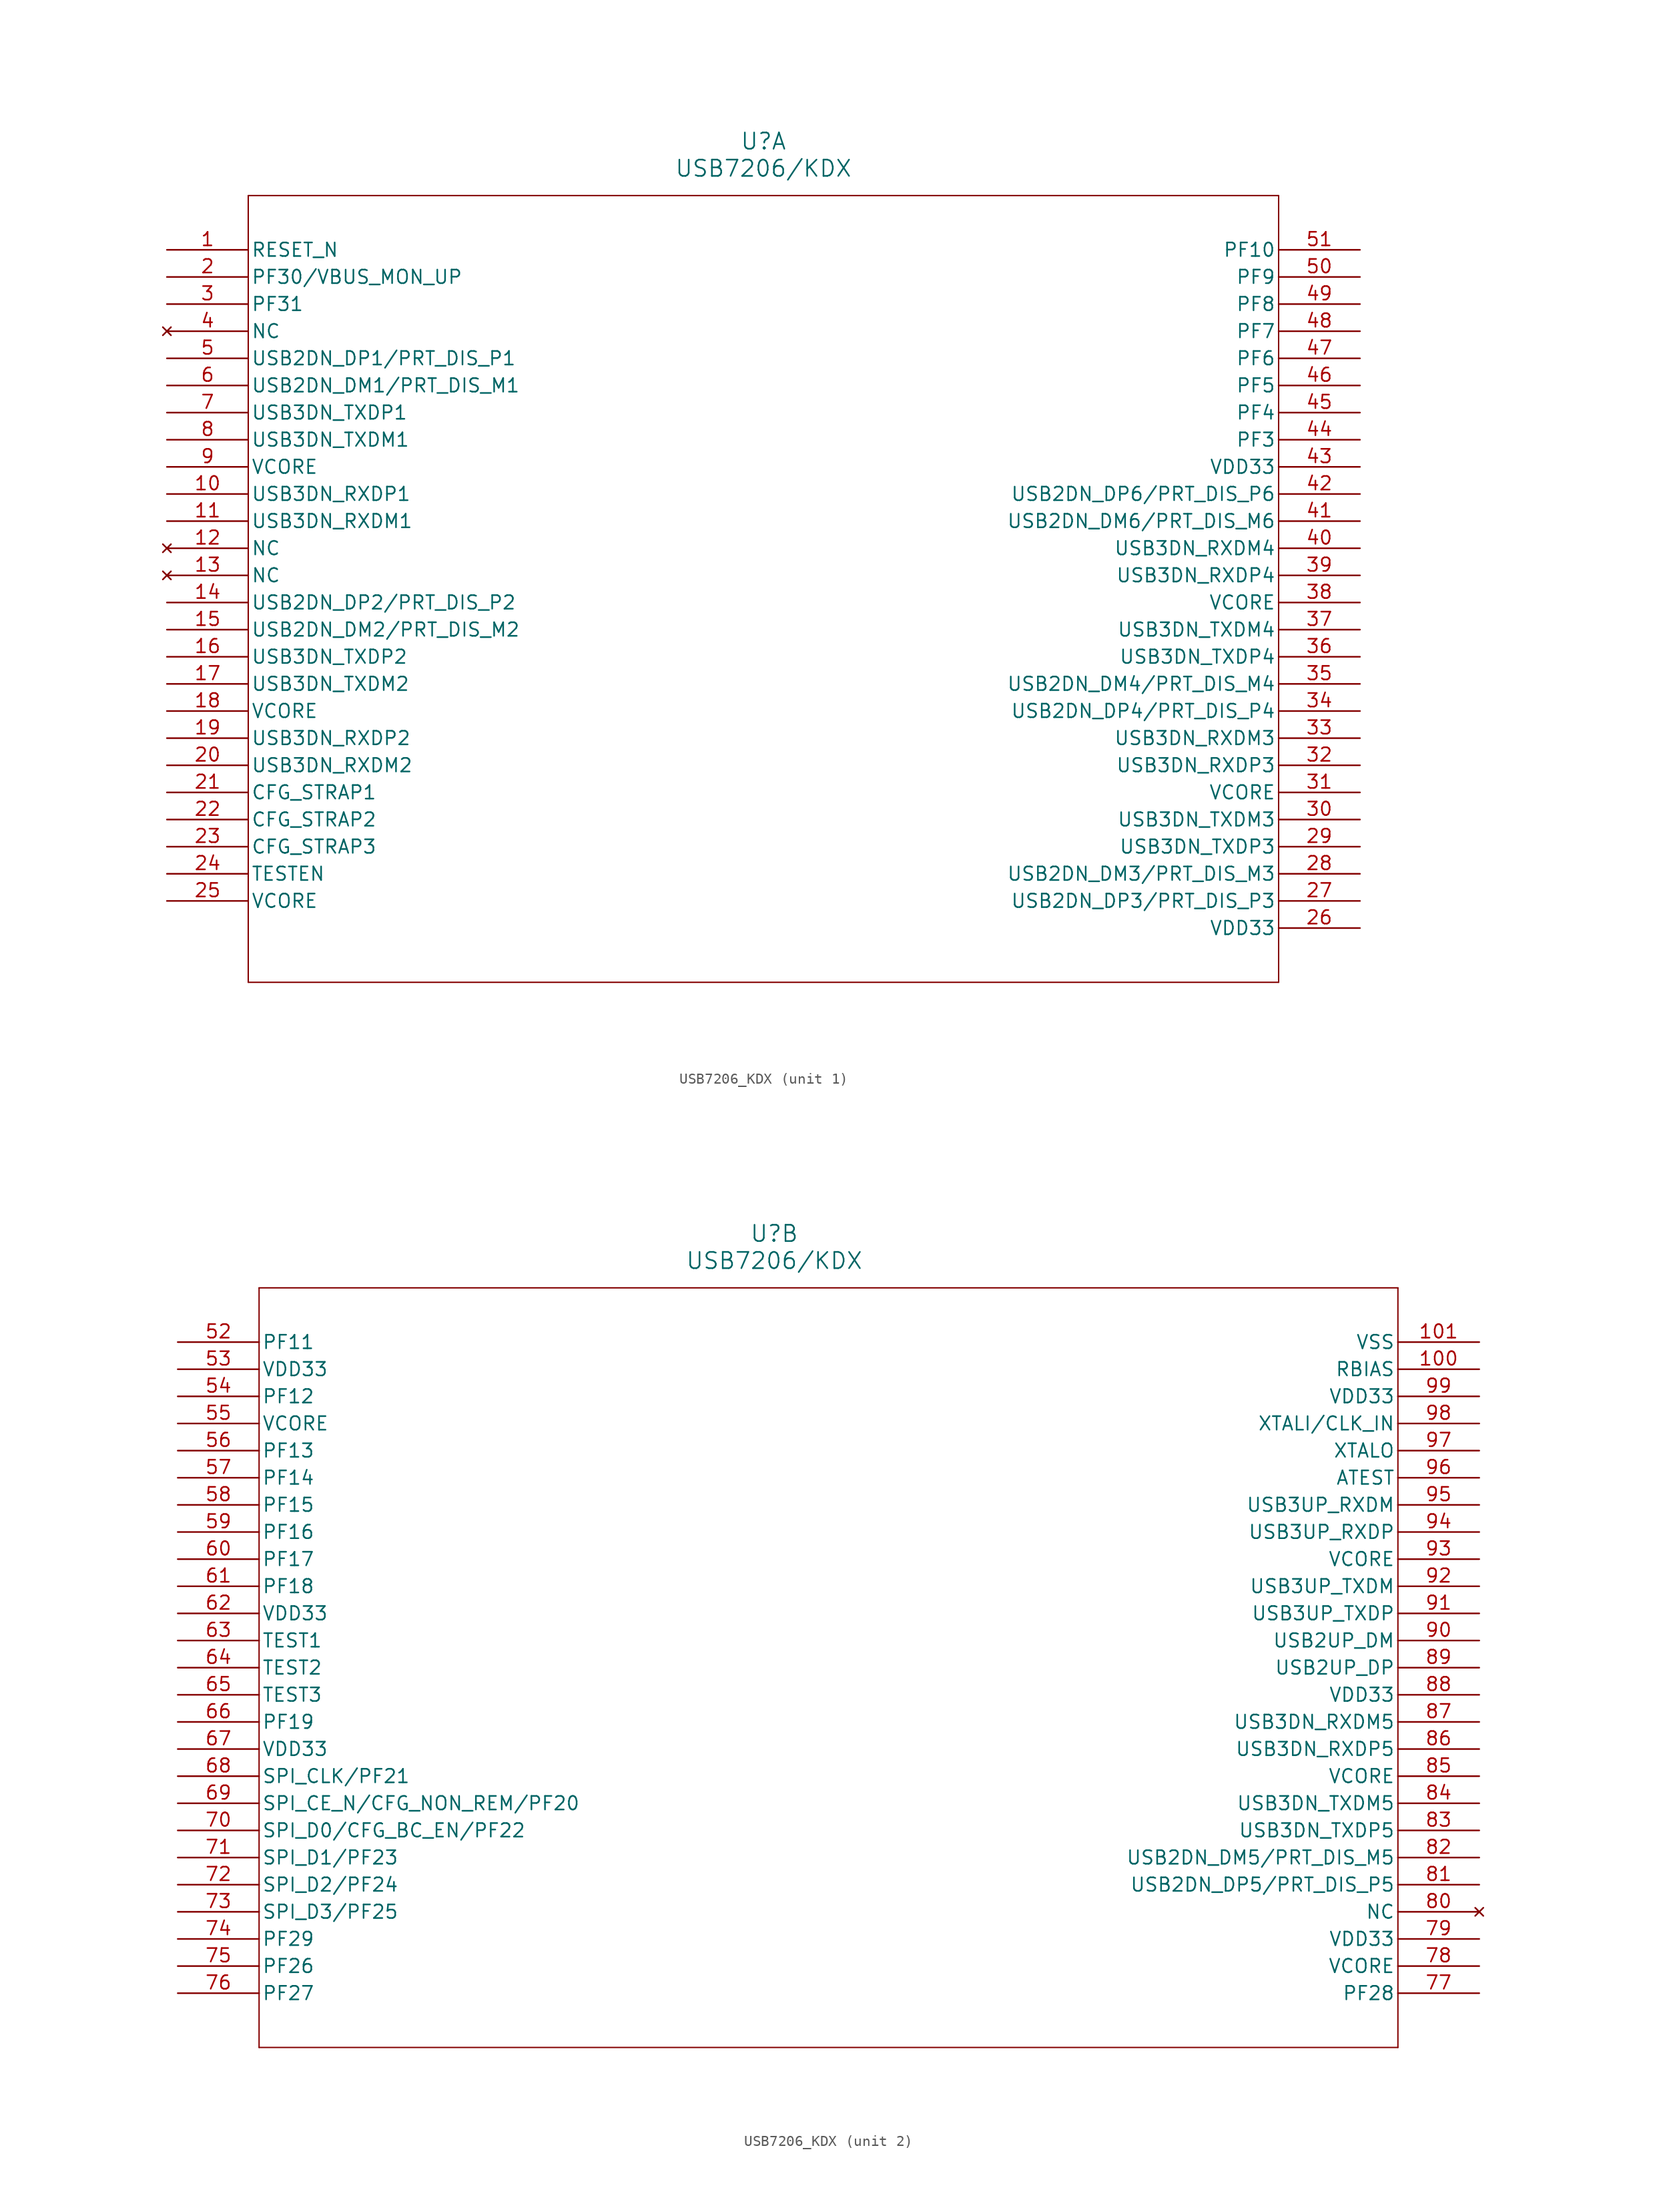
<source format=kicad_sym>
(kicad_symbol_lib
  (version 20211014)
  (generator kicad_symbol_editor)
  (symbol "USB7206_KDX"
    (pin_names
      (offset 0.254))
    (property "Reference" "U"
      (at 55.88 10.16 0)
      (effects (font (size 1.524 1.524))))
    (property "Value" "USB7206/KDX"
      (at 55.88 7.62 0)
      (effects (font (size 1.524 1.524))))
    (symbol "USB7206_KDX_1_1"
      (polyline (pts (xy 7.62 5.08) (xy 7.62 -68.58)) (stroke (width 0.127) (type default) (color 0 0 0 0)) (fill (type none)))
      (polyline (pts (xy 7.62 -68.58) (xy 104.14 -68.58)) (stroke (width 0.127) (type default) (color 0 0 0 0)) (fill (type none)))
      (polyline (pts (xy 104.14 -68.58) (xy 104.14 5.08)) (stroke (width 0.127) (type default) (color 0 0 0 0)) (fill (type none)))
      (polyline (pts (xy 104.14 5.08) (xy 7.62 5.08)) (stroke (width 0.127) (type default) (color 0 0 0 0)) (fill (type none)))
      (pin input line (at 0 0 0) (length 7.62) (name "RESET_N" (effects (font (size 1.27 1.27)))) (number "1" (effects (font (size 1.27 1.27)))))
      (pin bidirectional line (at 0 -2.54 0) (length 7.62) (name "PF30/VBUS_MON_UP" (effects (font (size 1.27 1.27)))) (number "2" (effects (font (size 1.27 1.27)))))
      (pin bidirectional line (at 0 -5.08 0) (length 7.62) (name "PF31" (effects (font (size 1.27 1.27)))) (number "3" (effects (font (size 1.27 1.27)))))
      (pin no_connect line (at 0 -7.62 0) (length 7.62) (name "NC" (effects (font (size 1.27 1.27)))) (number "4" (effects (font (size 1.27 1.27)))))
      (pin bidirectional line (at 0 -10.16 0) (length 7.62) (name "USB2DN_DP1/PRT_DIS_P1" (effects (font (size 1.27 1.27)))) (number "5" (effects (font (size 1.27 1.27)))))
      (pin bidirectional line (at 0 -12.7 0) (length 7.62) (name "USB2DN_DM1/PRT_DIS_M1" (effects (font (size 1.27 1.27)))) (number "6" (effects (font (size 1.27 1.27)))))
      (pin bidirectional line (at 0 -15.24 0) (length 7.62) (name "USB3DN_TXDP1" (effects (font (size 1.27 1.27)))) (number "7" (effects (font (size 1.27 1.27)))))
      (pin bidirectional line (at 0 -17.78 0) (length 7.62) (name "USB3DN_TXDM1" (effects (font (size 1.27 1.27)))) (number "8" (effects (font (size 1.27 1.27)))))
      (pin power_in line (at 0 -20.32 0) (length 7.62) (name "VCORE" (effects (font (size 1.27 1.27)))) (number "9" (effects (font (size 1.27 1.27)))))
      (pin bidirectional line (at 0 -22.86 0) (length 7.62) (name "USB3DN_RXDP1" (effects (font (size 1.27 1.27)))) (number "10" (effects (font (size 1.27 1.27)))))
      (pin bidirectional line (at 0 -25.4 0) (length 7.62) (name "USB3DN_RXDM1" (effects (font (size 1.27 1.27)))) (number "11" (effects (font (size 1.27 1.27)))))
      (pin no_connect line (at 0 -27.94 0) (length 7.62) (name "NC" (effects (font (size 1.27 1.27)))) (number "12" (effects (font (size 1.27 1.27)))))
      (pin no_connect line (at 0 -30.48 0) (length 7.62) (name "NC" (effects (font (size 1.27 1.27)))) (number "13" (effects (font (size 1.27 1.27)))))
      (pin bidirectional line (at 0 -33.02 0) (length 7.62) (name "USB2DN_DP2/PRT_DIS_P2" (effects (font (size 1.27 1.27)))) (number "14" (effects (font (size 1.27 1.27)))))
      (pin bidirectional line (at 0 -35.56 0) (length 7.62) (name "USB2DN_DM2/PRT_DIS_M2" (effects (font (size 1.27 1.27)))) (number "15" (effects (font (size 1.27 1.27)))))
      (pin bidirectional line (at 0 -38.1 0) (length 7.62) (name "USB3DN_TXDP2" (effects (font (size 1.27 1.27)))) (number "16" (effects (font (size 1.27 1.27)))))
      (pin bidirectional line (at 0 -40.64 0) (length 7.62) (name "USB3DN_TXDM2" (effects (font (size 1.27 1.27)))) (number "17" (effects (font (size 1.27 1.27)))))
      (pin power_in line (at 0 -43.18 0) (length 7.62) (name "VCORE" (effects (font (size 1.27 1.27)))) (number "18" (effects (font (size 1.27 1.27)))))
      (pin bidirectional line (at 0 -45.72 0) (length 7.62) (name "USB3DN_RXDP2" (effects (font (size 1.27 1.27)))) (number "19" (effects (font (size 1.27 1.27)))))
      (pin bidirectional line (at 0 -48.26 0) (length 7.62) (name "USB3DN_RXDM2" (effects (font (size 1.27 1.27)))) (number "20" (effects (font (size 1.27 1.27)))))
      (pin bidirectional line (at 0 -50.8 0) (length 7.62) (name "CFG_STRAP1" (effects (font (size 1.27 1.27)))) (number "21" (effects (font (size 1.27 1.27)))))
      (pin bidirectional line (at 0 -53.34 0) (length 7.62) (name "CFG_STRAP2" (effects (font (size 1.27 1.27)))) (number "22" (effects (font (size 1.27 1.27)))))
      (pin bidirectional line (at 0 -55.88 0) (length 7.62) (name "CFG_STRAP3" (effects (font (size 1.27 1.27)))) (number "23" (effects (font (size 1.27 1.27)))))
      (pin bidirectional line (at 0 -58.42 0) (length 7.62) (name "TESTEN" (effects (font (size 1.27 1.27)))) (number "24" (effects (font (size 1.27 1.27)))))
      (pin power_in line (at 0 -60.96 0) (length 7.62) (name "VCORE" (effects (font (size 1.27 1.27)))) (number "25" (effects (font (size 1.27 1.27)))))
      (pin power_in line (at 111.76 -63.5 180) (length 7.62) (name "VDD33" (effects (font (size 1.27 1.27)))) (number "26" (effects (font (size 1.27 1.27)))))
      (pin bidirectional line (at 111.76 -60.96 180) (length 7.62) (name "USB2DN_DP3/PRT_DIS_P3" (effects (font (size 1.27 1.27)))) (number "27" (effects (font (size 1.27 1.27)))))
      (pin bidirectional line (at 111.76 -58.42 180) (length 7.62) (name "USB2DN_DM3/PRT_DIS_M3" (effects (font (size 1.27 1.27)))) (number "28" (effects (font (size 1.27 1.27)))))
      (pin bidirectional line (at 111.76 -55.88 180) (length 7.62) (name "USB3DN_TXDP3" (effects (font (size 1.27 1.27)))) (number "29" (effects (font (size 1.27 1.27)))))
      (pin bidirectional line (at 111.76 -53.34 180) (length 7.62) (name "USB3DN_TXDM3" (effects (font (size 1.27 1.27)))) (number "30" (effects (font (size 1.27 1.27)))))
      (pin power_in line (at 111.76 -50.8 180) (length 7.62) (name "VCORE" (effects (font (size 1.27 1.27)))) (number "31" (effects (font (size 1.27 1.27)))))
      (pin bidirectional line (at 111.76 -48.26 180) (length 7.62) (name "USB3DN_RXDP3" (effects (font (size 1.27 1.27)))) (number "32" (effects (font (size 1.27 1.27)))))
      (pin bidirectional line (at 111.76 -45.72 180) (length 7.62) (name "USB3DN_RXDM3" (effects (font (size 1.27 1.27)))) (number "33" (effects (font (size 1.27 1.27)))))
      (pin bidirectional line (at 111.76 -43.18 180) (length 7.62) (name "USB2DN_DP4/PRT_DIS_P4" (effects (font (size 1.27 1.27)))) (number "34" (effects (font (size 1.27 1.27)))))
      (pin bidirectional line (at 111.76 -40.64 180) (length 7.62) (name "USB2DN_DM4/PRT_DIS_M4" (effects (font (size 1.27 1.27)))) (number "35" (effects (font (size 1.27 1.27)))))
      (pin bidirectional line (at 111.76 -38.1 180) (length 7.62) (name "USB3DN_TXDP4" (effects (font (size 1.27 1.27)))) (number "36" (effects (font (size 1.27 1.27)))))
      (pin bidirectional line (at 111.76 -35.56 180) (length 7.62) (name "USB3DN_TXDM4" (effects (font (size 1.27 1.27)))) (number "37" (effects (font (size 1.27 1.27)))))
      (pin power_in line (at 111.76 -33.02 180) (length 7.62) (name "VCORE" (effects (font (size 1.27 1.27)))) (number "38" (effects (font (size 1.27 1.27)))))
      (pin bidirectional line (at 111.76 -30.48 180) (length 7.62) (name "USB3DN_RXDP4" (effects (font (size 1.27 1.27)))) (number "39" (effects (font (size 1.27 1.27)))))
      (pin bidirectional line (at 111.76 -27.94 180) (length 7.62) (name "USB3DN_RXDM4" (effects (font (size 1.27 1.27)))) (number "40" (effects (font (size 1.27 1.27)))))
      (pin bidirectional line (at 111.76 -25.4 180) (length 7.62) (name "USB2DN_DM6/PRT_DIS_M6" (effects (font (size 1.27 1.27)))) (number "41" (effects (font (size 1.27 1.27)))))
      (pin bidirectional line (at 111.76 -22.86 180) (length 7.62) (name "USB2DN_DP6/PRT_DIS_P6" (effects (font (size 1.27 1.27)))) (number "42" (effects (font (size 1.27 1.27)))))
      (pin power_in line (at 111.76 -20.32 180) (length 7.62) (name "VDD33" (effects (font (size 1.27 1.27)))) (number "43" (effects (font (size 1.27 1.27)))))
      (pin bidirectional line (at 111.76 -17.78 180) (length 7.62) (name "PF3" (effects (font (size 1.27 1.27)))) (number "44" (effects (font (size 1.27 1.27)))))
      (pin bidirectional line (at 111.76 -15.24 180) (length 7.62) (name "PF4" (effects (font (size 1.27 1.27)))) (number "45" (effects (font (size 1.27 1.27)))))
      (pin bidirectional line (at 111.76 -12.7 180) (length 7.62) (name "PF5" (effects (font (size 1.27 1.27)))) (number "46" (effects (font (size 1.27 1.27)))))
      (pin bidirectional line (at 111.76 -10.16 180) (length 7.62) (name "PF6" (effects (font (size 1.27 1.27)))) (number "47" (effects (font (size 1.27 1.27)))))
      (pin bidirectional line (at 111.76 -7.62 180) (length 7.62) (name "PF7" (effects (font (size 1.27 1.27)))) (number "48" (effects (font (size 1.27 1.27)))))
      (pin bidirectional line (at 111.76 -5.08 180) (length 7.62) (name "PF8" (effects (font (size 1.27 1.27)))) (number "49" (effects (font (size 1.27 1.27)))))
      (pin bidirectional line (at 111.76 -2.54 180) (length 7.62) (name "PF9" (effects (font (size 1.27 1.27)))) (number "50" (effects (font (size 1.27 1.27)))))
      (pin bidirectional line (at 111.76 0 180) (length 7.62) (name "PF10" (effects (font (size 1.27 1.27)))) (number "51" (effects (font (size 1.27 1.27))))))
    (symbol "USB7206_KDX_2_1"
      (polyline (pts (xy 7.62 5.08) (xy 7.62 -66.04)) (stroke (width 0.127) (type default) (color 0 0 0 0)) (fill (type none)))
      (polyline (pts (xy 7.62 -66.04) (xy 114.3 -66.04)) (stroke (width 0.127) (type default) (color 0 0 0 0)) (fill (type none)))
      (polyline (pts (xy 114.3 -66.04) (xy 114.3 5.08)) (stroke (width 0.127) (type default) (color 0 0 0 0)) (fill (type none)))
      (polyline (pts (xy 114.3 5.08) (xy 7.62 5.08)) (stroke (width 0.127) (type default) (color 0 0 0 0)) (fill (type none)))
      (pin bidirectional line (at 0 0 0) (length 7.62) (name "PF11" (effects (font (size 1.27 1.27)))) (number "52" (effects (font (size 1.27 1.27)))))
      (pin power_in line (at 0 -2.54 0) (length 7.62) (name "VDD33" (effects (font (size 1.27 1.27)))) (number "53" (effects (font (size 1.27 1.27)))))
      (pin bidirectional line (at 0 -5.08 0) (length 7.62) (name "PF12" (effects (font (size 1.27 1.27)))) (number "54" (effects (font (size 1.27 1.27)))))
      (pin power_in line (at 0 -7.62 0) (length 7.62) (name "VCORE" (effects (font (size 1.27 1.27)))) (number "55" (effects (font (size 1.27 1.27)))))
      (pin bidirectional line (at 0 -10.16 0) (length 7.62) (name "PF13" (effects (font (size 1.27 1.27)))) (number "56" (effects (font (size 1.27 1.27)))))
      (pin bidirectional line (at 0 -12.7 0) (length 7.62) (name "PF14" (effects (font (size 1.27 1.27)))) (number "57" (effects (font (size 1.27 1.27)))))
      (pin bidirectional line (at 0 -15.24 0) (length 7.62) (name "PF15" (effects (font (size 1.27 1.27)))) (number "58" (effects (font (size 1.27 1.27)))))
      (pin bidirectional line (at 0 -17.78 0) (length 7.62) (name "PF16" (effects (font (size 1.27 1.27)))) (number "59" (effects (font (size 1.27 1.27)))))
      (pin bidirectional line (at 0 -20.32 0) (length 7.62) (name "PF17" (effects (font (size 1.27 1.27)))) (number "60" (effects (font (size 1.27 1.27)))))
      (pin bidirectional line (at 0 -22.86 0) (length 7.62) (name "PF18" (effects (font (size 1.27 1.27)))) (number "61" (effects (font (size 1.27 1.27)))))
      (pin power_in line (at 0 -25.4 0) (length 7.62) (name "VDD33" (effects (font (size 1.27 1.27)))) (number "62" (effects (font (size 1.27 1.27)))))
      (pin unspecified line (at 0 -27.94 0) (length 7.62) (name "TEST1" (effects (font (size 1.27 1.27)))) (number "63" (effects (font (size 1.27 1.27)))))
      (pin unspecified line (at 0 -30.48 0) (length 7.62) (name "TEST2" (effects (font (size 1.27 1.27)))) (number "64" (effects (font (size 1.27 1.27)))))
      (pin unspecified line (at 0 -33.02 0) (length 7.62) (name "TEST3" (effects (font (size 1.27 1.27)))) (number "65" (effects (font (size 1.27 1.27)))))
      (pin bidirectional line (at 0 -35.56 0) (length 7.62) (name "PF19" (effects (font (size 1.27 1.27)))) (number "66" (effects (font (size 1.27 1.27)))))
      (pin power_in line (at 0 -38.1 0) (length 7.62) (name "VDD33" (effects (font (size 1.27 1.27)))) (number "67" (effects (font (size 1.27 1.27)))))
      (pin bidirectional line (at 0 -40.64 0) (length 7.62) (name "SPI_CLK/PF21" (effects (font (size 1.27 1.27)))) (number "68" (effects (font (size 1.27 1.27)))))
      (pin bidirectional line (at 0 -43.18 0) (length 7.62) (name "SPI_CE_N/CFG_NON_REM/PF20" (effects (font (size 1.27 1.27)))) (number "69" (effects (font (size 1.27 1.27)))))
      (pin bidirectional line (at 0 -45.72 0) (length 7.62) (name "SPI_D0/CFG_BC_EN/PF22" (effects (font (size 1.27 1.27)))) (number "70" (effects (font (size 1.27 1.27)))))
      (pin bidirectional line (at 0 -48.26 0) (length 7.62) (name "SPI_D1/PF23" (effects (font (size 1.27 1.27)))) (number "71" (effects (font (size 1.27 1.27)))))
      (pin bidirectional line (at 0 -50.8 0) (length 7.62) (name "SPI_D2/PF24" (effects (font (size 1.27 1.27)))) (number "72" (effects (font (size 1.27 1.27)))))
      (pin bidirectional line (at 0 -53.34 0) (length 7.62) (name "SPI_D3/PF25" (effects (font (size 1.27 1.27)))) (number "73" (effects (font (size 1.27 1.27)))))
      (pin bidirectional line (at 0 -55.88 0) (length 7.62) (name "PF29" (effects (font (size 1.27 1.27)))) (number "74" (effects (font (size 1.27 1.27)))))
      (pin bidirectional line (at 0 -58.42 0) (length 7.62) (name "PF26" (effects (font (size 1.27 1.27)))) (number "75" (effects (font (size 1.27 1.27)))))
      (pin bidirectional line (at 0 -60.96 0) (length 7.62) (name "PF27" (effects (font (size 1.27 1.27)))) (number "76" (effects (font (size 1.27 1.27)))))
      (pin bidirectional line (at 121.92 -60.96 180) (length 7.62) (name "PF28" (effects (font (size 1.27 1.27)))) (number "77" (effects (font (size 1.27 1.27)))))
      (pin power_in line (at 121.92 -58.42 180) (length 7.62) (name "VCORE" (effects (font (size 1.27 1.27)))) (number "78" (effects (font (size 1.27 1.27)))))
      (pin power_in line (at 121.92 -55.88 180) (length 7.62) (name "VDD33" (effects (font (size 1.27 1.27)))) (number "79" (effects (font (size 1.27 1.27)))))
      (pin no_connect line (at 121.92 -53.34 180) (length 7.62) (name "NC" (effects (font (size 1.27 1.27)))) (number "80" (effects (font (size 1.27 1.27)))))
      (pin bidirectional line (at 121.92 -50.8 180) (length 7.62) (name "USB2DN_DP5/PRT_DIS_P5" (effects (font (size 1.27 1.27)))) (number "81" (effects (font (size 1.27 1.27)))))
      (pin bidirectional line (at 121.92 -48.26 180) (length 7.62) (name "USB2DN_DM5/PRT_DIS_M5" (effects (font (size 1.27 1.27)))) (number "82" (effects (font (size 1.27 1.27)))))
      (pin bidirectional line (at 121.92 -45.72 180) (length 7.62) (name "USB3DN_TXDP5" (effects (font (size 1.27 1.27)))) (number "83" (effects (font (size 1.27 1.27)))))
      (pin bidirectional line (at 121.92 -43.18 180) (length 7.62) (name "USB3DN_TXDM5" (effects (font (size 1.27 1.27)))) (number "84" (effects (font (size 1.27 1.27)))))
      (pin power_in line (at 121.92 -40.64 180) (length 7.62) (name "VCORE" (effects (font (size 1.27 1.27)))) (number "85" (effects (font (size 1.27 1.27)))))
      (pin bidirectional line (at 121.92 -38.1 180) (length 7.62) (name "USB3DN_RXDP5" (effects (font (size 1.27 1.27)))) (number "86" (effects (font (size 1.27 1.27)))))
      (pin bidirectional line (at 121.92 -35.56 180) (length 7.62) (name "USB3DN_RXDM5" (effects (font (size 1.27 1.27)))) (number "87" (effects (font (size 1.27 1.27)))))
      (pin power_in line (at 121.92 -33.02 180) (length 7.62) (name "VDD33" (effects (font (size 1.27 1.27)))) (number "88" (effects (font (size 1.27 1.27)))))
      (pin bidirectional line (at 121.92 -30.48 180) (length 7.62) (name "USB2UP_DP" (effects (font (size 1.27 1.27)))) (number "89" (effects (font (size 1.27 1.27)))))
      (pin bidirectional line (at 121.92 -27.94 180) (length 7.62) (name "USB2UP_DM" (effects (font (size 1.27 1.27)))) (number "90" (effects (font (size 1.27 1.27)))))
      (pin bidirectional line (at 121.92 -25.4 180) (length 7.62) (name "USB3UP_TXDP" (effects (font (size 1.27 1.27)))) (number "91" (effects (font (size 1.27 1.27)))))
      (pin bidirectional line (at 121.92 -22.86 180) (length 7.62) (name "USB3UP_TXDM" (effects (font (size 1.27 1.27)))) (number "92" (effects (font (size 1.27 1.27)))))
      (pin power_in line (at 121.92 -20.32 180) (length 7.62) (name "VCORE" (effects (font (size 1.27 1.27)))) (number "93" (effects (font (size 1.27 1.27)))))
      (pin bidirectional line (at 121.92 -17.78 180) (length 7.62) (name "USB3UP_RXDP" (effects (font (size 1.27 1.27)))) (number "94" (effects (font (size 1.27 1.27)))))
      (pin bidirectional line (at 121.92 -15.24 180) (length 7.62) (name "USB3UP_RXDM" (effects (font (size 1.27 1.27)))) (number "95" (effects (font (size 1.27 1.27)))))
      (pin unspecified line (at 121.92 -12.7 180) (length 7.62) (name "ATEST" (effects (font (size 1.27 1.27)))) (number "96" (effects (font (size 1.27 1.27)))))
      (pin output line (at 121.92 -10.16 180) (length 7.62) (name "XTALO" (effects (font (size 1.27 1.27)))) (number "97" (effects (font (size 1.27 1.27)))))
      (pin input line (at 121.92 -7.62 180) (length 7.62) (name "XTALI/CLK_IN" (effects (font (size 1.27 1.27)))) (number "98" (effects (font (size 1.27 1.27)))))
      (pin power_in line (at 121.92 -5.08 180) (length 7.62) (name "VDD33" (effects (font (size 1.27 1.27)))) (number "99" (effects (font (size 1.27 1.27)))))
      (pin input line (at 121.92 -2.54 180) (length 7.62) (name "RBIAS" (effects (font (size 1.27 1.27)))) (number "100" (effects (font (size 1.27 1.27)))))
      (pin power_out line (at 121.92 0 180) (length 7.62) (name "VSS" (effects (font (size 1.27 1.27)))) (number "101" (effects (font (size 1.27 1.27))))))))
</source>
